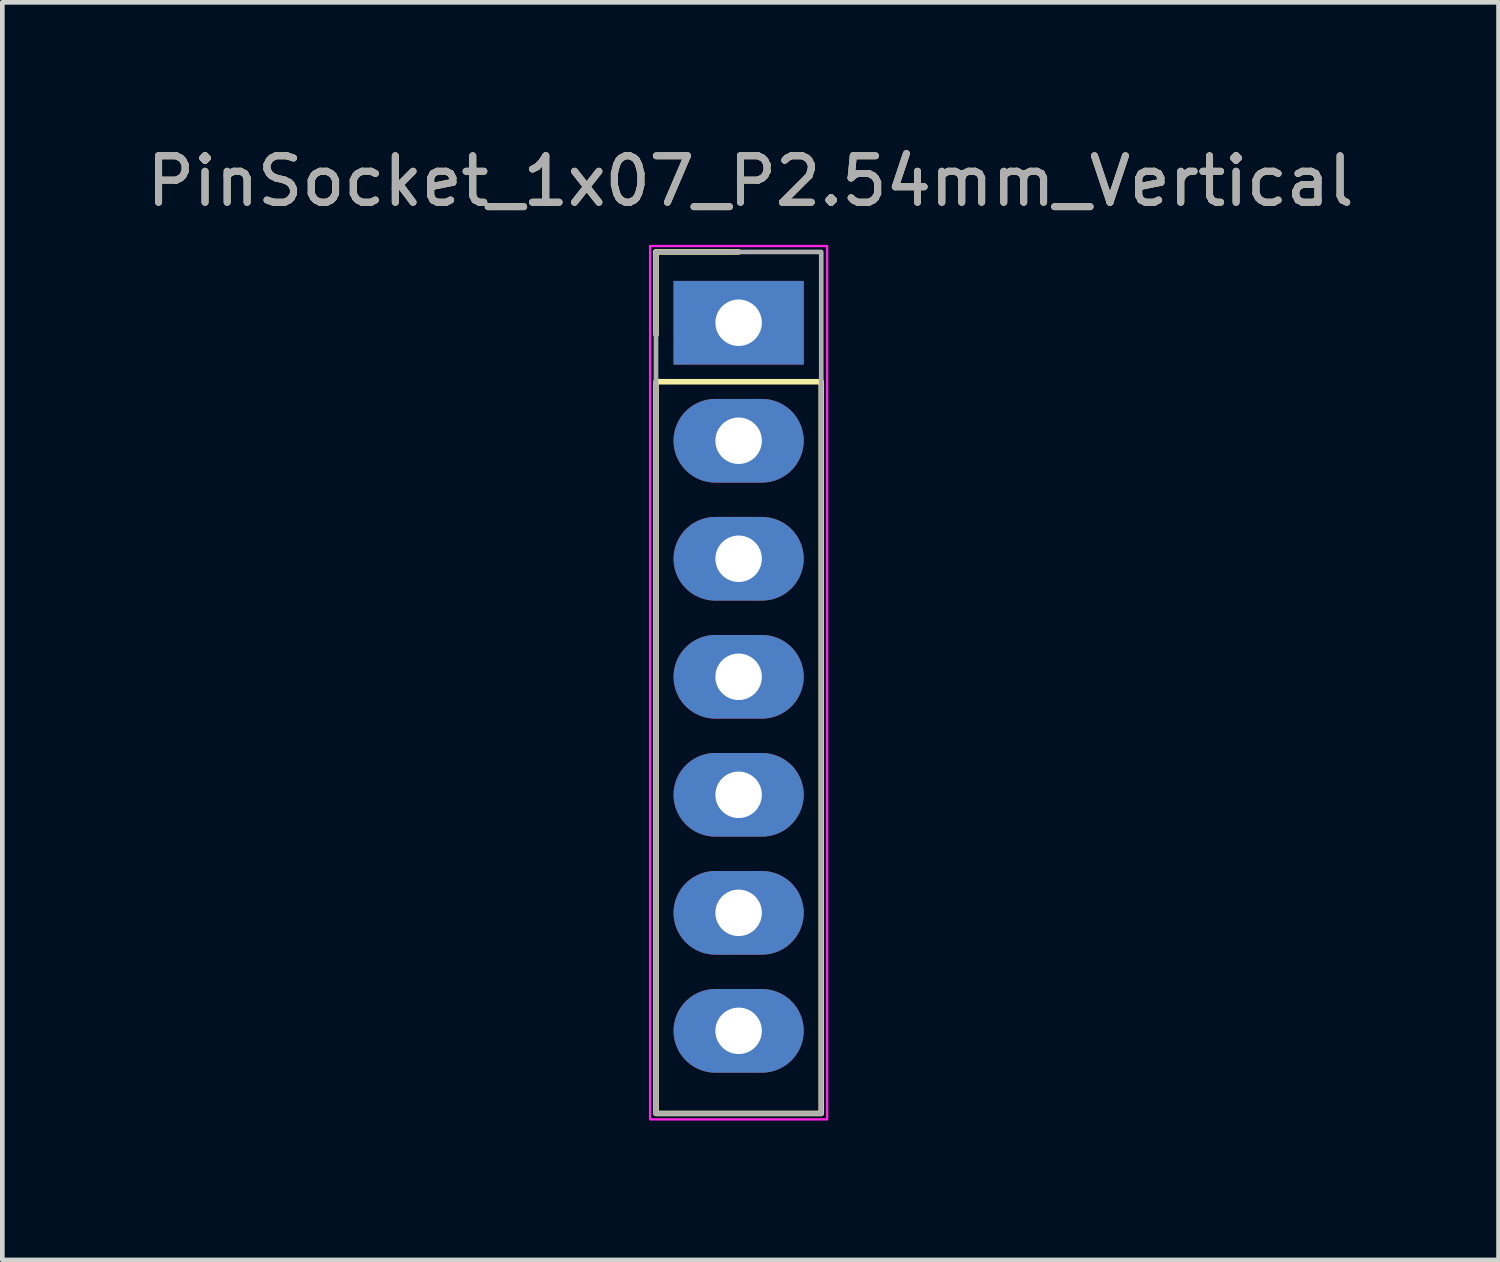
<source format=kicad_pcb>
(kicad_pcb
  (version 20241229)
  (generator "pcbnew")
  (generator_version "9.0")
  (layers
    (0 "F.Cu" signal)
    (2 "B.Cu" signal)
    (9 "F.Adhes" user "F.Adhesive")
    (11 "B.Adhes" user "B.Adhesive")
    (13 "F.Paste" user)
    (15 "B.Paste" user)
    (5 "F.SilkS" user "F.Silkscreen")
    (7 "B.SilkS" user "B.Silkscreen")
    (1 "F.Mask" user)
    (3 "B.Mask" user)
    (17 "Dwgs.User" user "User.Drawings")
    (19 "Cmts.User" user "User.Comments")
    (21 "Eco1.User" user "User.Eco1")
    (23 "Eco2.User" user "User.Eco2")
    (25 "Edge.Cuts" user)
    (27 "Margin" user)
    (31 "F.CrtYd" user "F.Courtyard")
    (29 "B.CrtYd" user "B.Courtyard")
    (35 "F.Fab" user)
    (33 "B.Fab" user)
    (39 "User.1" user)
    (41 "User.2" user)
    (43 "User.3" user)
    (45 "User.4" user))
  (footprint "PinSocket_1x07_P2.54mm_Vertical"
    (layer "F.Cu")
    (at 12.847 3.896)
    (property "Reference" "PinSocket_1x07_P2.54mm_Vertical" (at 0.254 -3.048 0) (unlocked yes) (layer "F.SilkS") (effects (font (size 1 1) (thickness 0.15))))
    (attr through_hole)
    (fp_line (start -1.778 -1.524) (end 0 -1.524) (stroke (width 0.12) (type solid)) (layer "F.SilkS"))
    (fp_line (start -1.778 0.254) (end -1.778 -1.524) (stroke (width 0.12) (type solid)) (layer "F.SilkS"))
    (fp_rect (start -1.778 1.27) (end 1.778 17.018) (stroke (width 0.12) (type solid)) (fill no) (layer "F.SilkS"))
    (fp_rect (start -1.905 -1.651) (end 1.905 17.145) (stroke (width 0.05) (type solid)) (fill no) (layer "F.CrtYd"))
    (fp_rect (start -1.778 -1.524) (end 1.778 17.018) (stroke (width 0.1) (type solid)) (fill no) (layer "F.Fab"))
    (fp_text user "${REFERENCE}" (at 0.254 -3.048 0) (unlocked yes) (layer "F.Fab") (effects (font (size 1 1) (thickness 0.15))))
    (pad "1" thru_hole rect (at 0 0) (size 2.8 1.8) (drill 1) (layers "*.Cu" "*.Mask"))
    (pad "2" thru_hole oval (at 0 2.54) (size 2.8 1.8) (drill 1) (layers "*.Cu" "*.Mask"))
    (pad "3" thru_hole oval (at 0 5.08) (size 2.8 1.8) (drill 1) (layers "*.Cu" "*.Mask"))
    (pad "4" thru_hole oval (at 0 7.62) (size 2.8 1.8) (drill 1) (layers "*.Cu" "*.Mask"))
    (pad "5" thru_hole oval (at 0 10.16) (size 2.8 1.8) (drill 1) (layers "*.Cu" "*.Mask"))
    (pad "6" thru_hole oval (at 0 12.7) (size 2.8 1.8) (drill 1) (layers "*.Cu" "*.Mask"))
    (pad "7" thru_hole oval (at 0 15.24) (size 2.8 1.8) (drill 1) (layers "*.Cu" "*.Mask")))
  (gr_rect
    (start -3 -3)
    (end 29.202 24.066)
    (stroke (width 0.1) (type default))
    (fill no)
    (layer "Edge.Cuts")))
</source>
